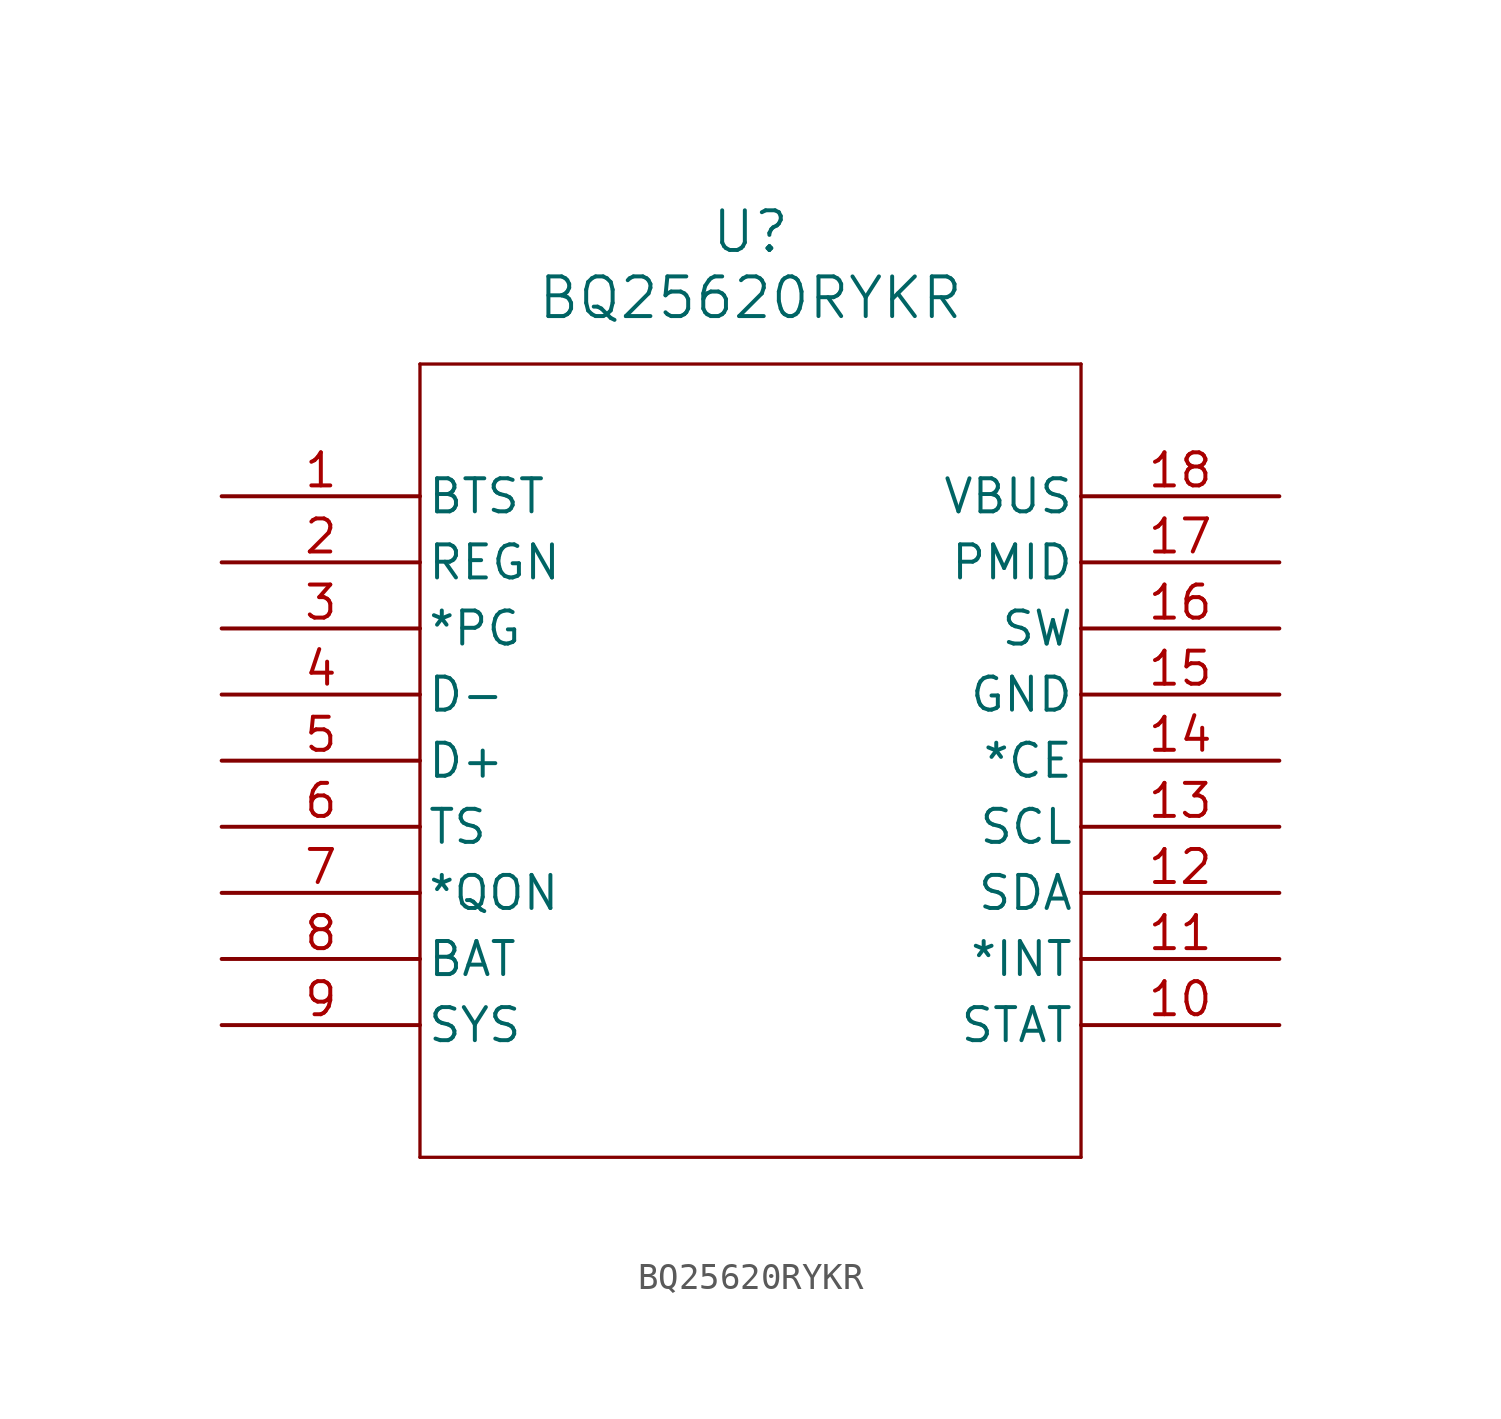
<source format=kicad_sym>
(kicad_symbol_lib
  (version 20211014)
  (generator kicad_symbol_editor)
  (symbol "BQ25620RYKR"
    (pin_names
      (offset 0.254))
    (property "Reference" "U"
      (at 20.32 10.16 0)
      (effects (font (size 1.524 1.524))))
    (property "Value" "BQ25620RYKR"
      (at 20.32 7.62 0)
      (effects (font (size 1.524 1.524))))
    (symbol "BQ25620RYKR_0_1"
      (polyline (pts (xy 7.62 5.08) (xy 7.62 -25.4)) (stroke (width 0.127) (type default) (color 0 0 0 0)) (fill (type none)))
      (polyline (pts (xy 7.62 -25.4) (xy 33.02 -25.4)) (stroke (width 0.127) (type default) (color 0 0 0 0)) (fill (type none)))
      (polyline (pts (xy 33.02 -25.4) (xy 33.02 5.08)) (stroke (width 0.127) (type default) (color 0 0 0 0)) (fill (type none)))
      (polyline (pts (xy 33.02 5.08) (xy 7.62 5.08)) (stroke (width 0.127) (type default) (color 0 0 0 0)) (fill (type none)))
      (pin power_in line (at 0 0 0) (length 7.62) (name "BTST" (effects (font (size 1.27 1.27)))) (number "1" (effects (font (size 1.27 1.27)))))
      (pin power_in line (at 0 -2.54 0) (length 7.62) (name "REGN" (effects (font (size 1.27 1.27)))) (number "2" (effects (font (size 1.27 1.27)))))
      (pin output line (at 0 -5.08 0) (length 7.62) (name "*PG" (effects (font (size 1.27 1.27)))) (number "3" (effects (font (size 1.27 1.27)))))
      (pin bidirectional line (at 0 -7.62 0) (length 7.62) (name "D-" (effects (font (size 1.27 1.27)))) (number "4" (effects (font (size 1.27 1.27)))))
      (pin bidirectional line (at 0 -10.16 0) (length 7.62) (name "D+" (effects (font (size 1.27 1.27)))) (number "5" (effects (font (size 1.27 1.27)))))
      (pin input line (at 0 -12.7 0) (length 7.62) (name "TS" (effects (font (size 1.27 1.27)))) (number "6" (effects (font (size 1.27 1.27)))))
      (pin input line (at 0 -15.24 0) (length 7.62) (name "*QON" (effects (font (size 1.27 1.27)))) (number "7" (effects (font (size 1.27 1.27)))))
      (pin power_in line (at 0 -17.78 0) (length 7.62) (name "BAT" (effects (font (size 1.27 1.27)))) (number "8" (effects (font (size 1.27 1.27)))))
      (pin power_in line (at 0 -20.32 0) (length 7.62) (name "SYS" (effects (font (size 1.27 1.27)))) (number "9" (effects (font (size 1.27 1.27)))))
      (pin output line (at 40.64 -20.32 180) (length 7.62) (name "STAT" (effects (font (size 1.27 1.27)))) (number "10" (effects (font (size 1.27 1.27)))))
      (pin output line (at 40.64 -17.78 180) (length 7.62) (name "*INT" (effects (font (size 1.27 1.27)))) (number "11" (effects (font (size 1.27 1.27)))))
      (pin bidirectional line (at 40.64 -15.24 180) (length 7.62) (name "SDA" (effects (font (size 1.27 1.27)))) (number "12" (effects (font (size 1.27 1.27)))))
      (pin input line (at 40.64 -12.7 180) (length 7.62) (name "SCL" (effects (font (size 1.27 1.27)))) (number "13" (effects (font (size 1.27 1.27)))))
      (pin input line (at 40.64 -10.16 180) (length 7.62) (name "*CE" (effects (font (size 1.27 1.27)))) (number "14" (effects (font (size 1.27 1.27)))))
      (pin power_out line (at 40.64 -7.62 180) (length 7.62) (name "GND" (effects (font (size 1.27 1.27)))) (number "15" (effects (font (size 1.27 1.27)))))
      (pin power_in line (at 40.64 -5.08 180) (length 7.62) (name "SW" (effects (font (size 1.27 1.27)))) (number "16" (effects (font (size 1.27 1.27)))))
      (pin power_in line (at 40.64 -2.54 180) (length 7.62) (name "PMID" (effects (font (size 1.27 1.27)))) (number "17" (effects (font (size 1.27 1.27)))))
      (pin power_in line (at 40.64 0 180) (length 7.62) (name "VBUS" (effects (font (size 1.27 1.27)))) (number "18" (effects (font (size 1.27 1.27))))))))
</source>
